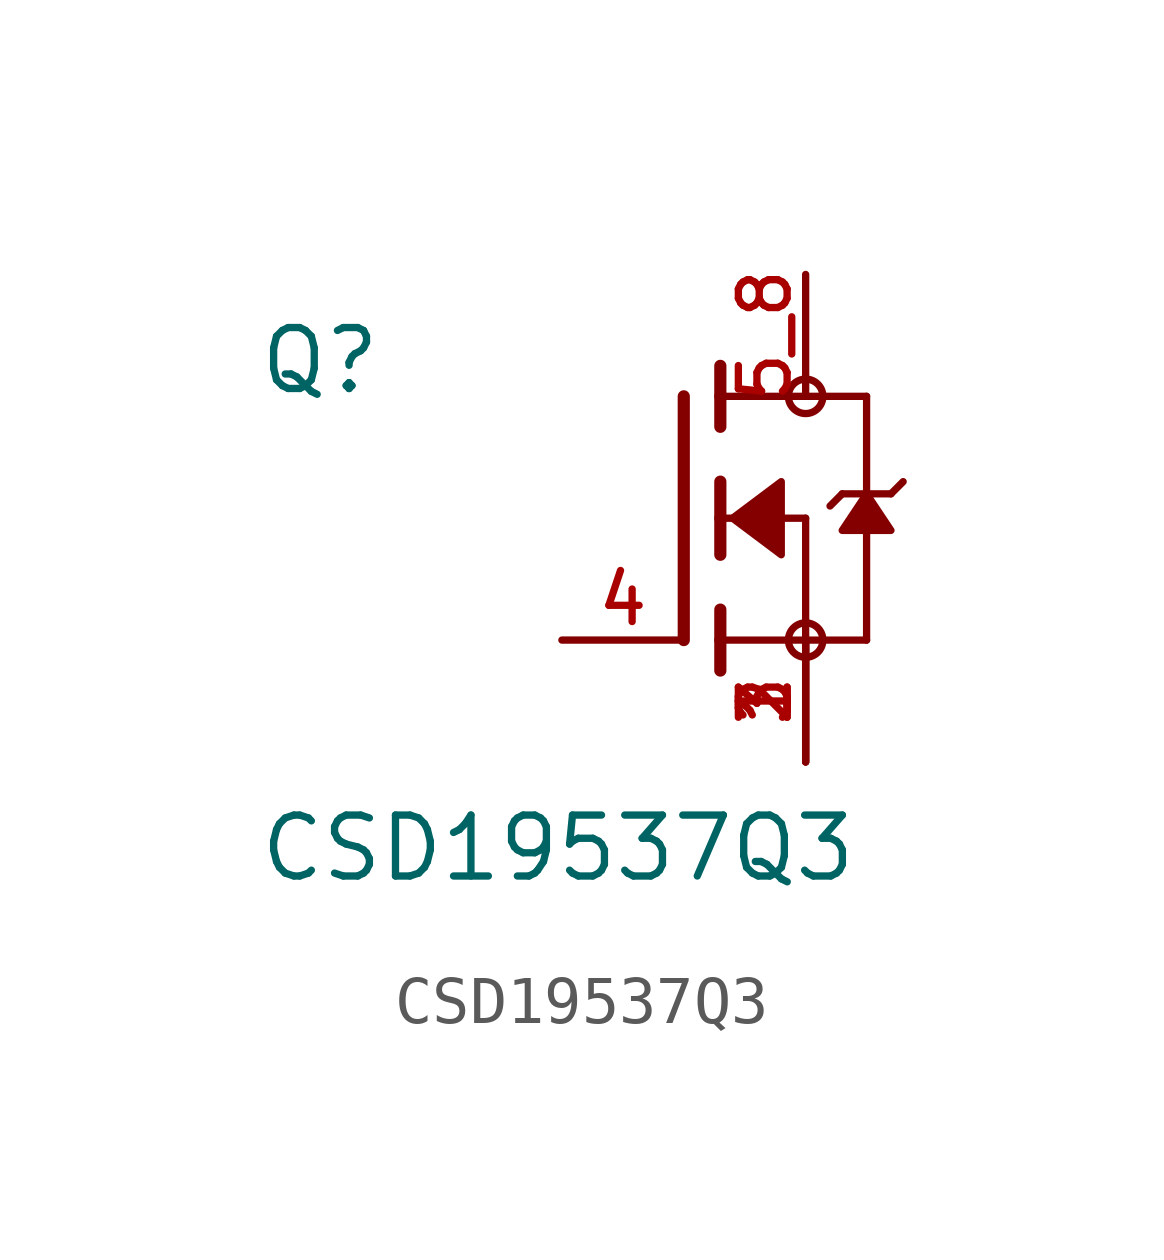
<source format=kicad_sym>
(kicad_symbol_lib
  (version 20211014)
  (generator kicad_symbol_editor)
  (symbol "CSD19537Q3"
    (pin_names
      (offset 1.016))
    (property "Reference" "Q"
      (at -8.89 2.54 0)
      (effects (font (size 1.27 1.27)) (justify bottom left)))
    (property "Value" "CSD19537Q3"
      (at -8.89 -7.62 0)
      (effects (font (size 1.27 1.27)) (justify bottom left)))
    (symbol "CSD19537Q3_0_0"
      (polyline (pts (xy 0.762 0.762) (xy 0.762 0.0)) (stroke (width 0.254)))
      (polyline (pts (xy 0.762 0.0) (xy 0.762 -0.762)) (stroke (width 0.254)))
      (polyline (pts (xy 0.762 3.175) (xy 0.762 2.54)) (stroke (width 0.254)))
      (polyline (pts (xy 0.762 2.54) (xy 0.762 1.905)) (stroke (width 0.254)))
      (polyline (pts (xy 0.762 0.0) (xy 2.54 0.0)) (stroke (width 0.152)))
      (polyline (pts (xy 2.54 0.0) (xy 2.54 -2.54)) (stroke (width 0.152)))
      (polyline (pts (xy 0.762 -1.905) (xy 0.762 -2.54)) (stroke (width 0.254)))
      (polyline (pts (xy 0.762 -2.54) (xy 0.762 -3.175)) (stroke (width 0.254)))
      (polyline (pts (xy 0.0 2.54) (xy 0.0 -2.54)) (stroke (width 0.254)))
      (polyline (pts (xy 2.54 -2.54) (xy 0.762 -2.54)) (stroke (width 0.152)))
      (polyline (pts (xy 3.81 2.54) (xy 3.81 0.508)) (stroke (width 0.152)))
      (polyline (pts (xy 3.81 0.508) (xy 3.81 -2.54)) (stroke (width 0.152)))
      (polyline (pts (xy 2.54 -2.54) (xy 3.81 -2.54)) (stroke (width 0.152)))
      (polyline (pts (xy 0.762 2.54) (xy 3.81 2.54)) (stroke (width 0.152)))
      (polyline (pts (xy 4.572 0.762) (xy 4.318 0.508)) (stroke (width 0.152)))
      (polyline (pts (xy 4.318 0.508) (xy 3.81 0.508)) (stroke (width 0.152)))
      (polyline (pts (xy 3.81 0.508) (xy 3.302 0.508)) (stroke (width 0.152)))
      (polyline (pts (xy 3.302 0.508) (xy 3.048 0.254)) (stroke (width 0.152)))
      (circle (center 2.54 -2.54) (radius 0.359) (stroke (width 0.0)) (fill (type none)))
      (circle (center 2.54 2.54) (radius 0.359) (stroke (width 0.0)) (fill (type none)))
      (polyline (pts (xy 3.81 0.508) (xy 3.302 -0.254) (xy 4.318 -0.254) (xy 3.81 0.508)) (stroke (width 0.152)) (fill (type outline)))
      (polyline (pts (xy 1.016 0.0) (xy 2.032 0.762) (xy 2.032 -0.762) (xy 1.016 0.0)) (stroke (width 0.152)) (fill (type outline)))
      (pin passive line (at 2.54 -5.08 90.0) (length 2.54) (name "~" (effects (font (size 1.016 1.016)))) (number "1" (effects (font (size 1.016 1.016)))))
      (pin passive line (at 2.54 -5.08 90.0) (length 2.54) (name "~" (effects (font (size 1.016 1.016)))) (number "2" (effects (font (size 1.016 1.016)))))
      (pin passive line (at 2.54 -5.08 90.0) (length 2.54) (name "~" (effects (font (size 1.016 1.016)))) (number "3" (effects (font (size 1.016 1.016)))))
      (pin passive line (at -2.54 -2.54 0) (length 2.54) (name "~" (effects (font (size 1.016 1.016)))) (number "4" (effects (font (size 1.016 1.016)))))
      (pin passive line (at 2.54 5.08 270.0) (length 2.54) (name "~" (effects (font (size 1.016 1.016)))) (number "5_8" (effects (font (size 1.016 1.016))))))))
</source>
